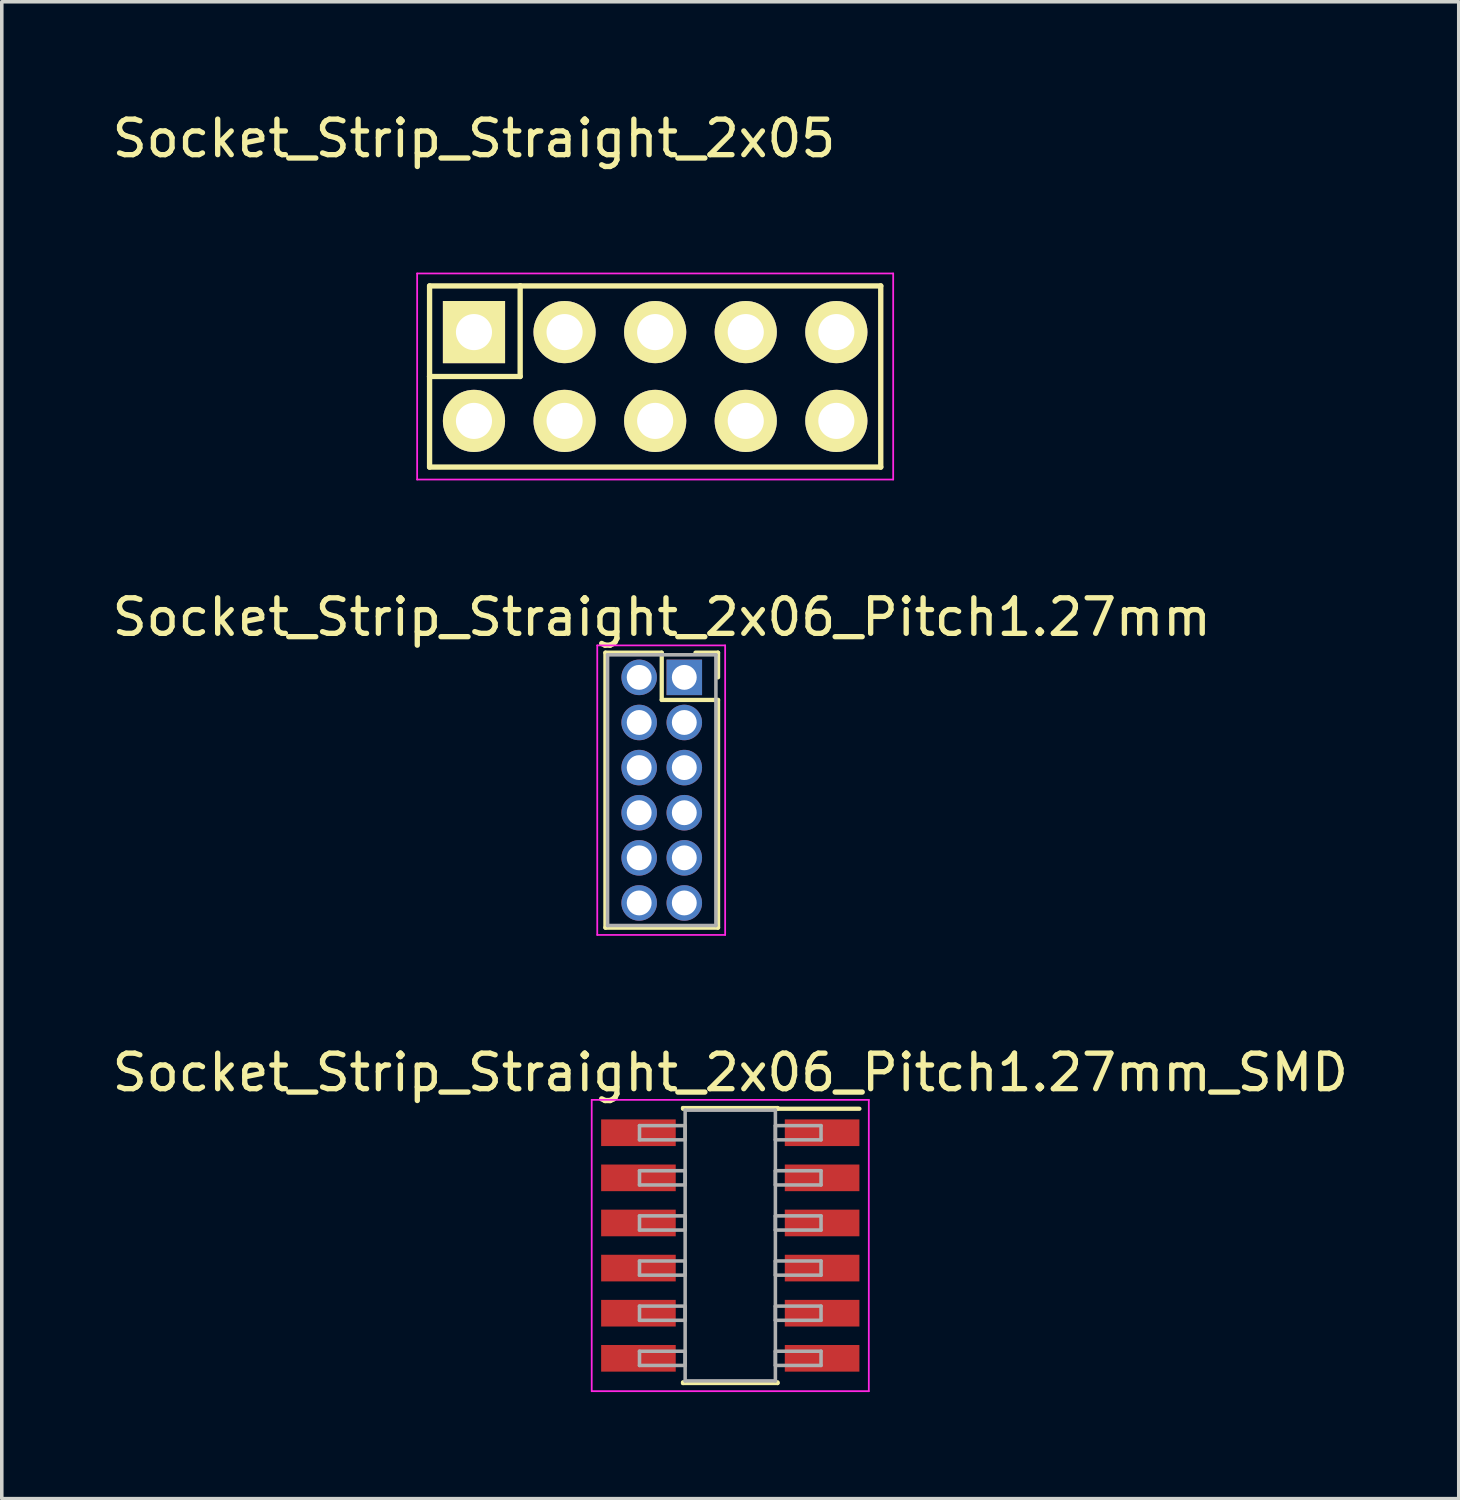
<source format=kicad_pcb>
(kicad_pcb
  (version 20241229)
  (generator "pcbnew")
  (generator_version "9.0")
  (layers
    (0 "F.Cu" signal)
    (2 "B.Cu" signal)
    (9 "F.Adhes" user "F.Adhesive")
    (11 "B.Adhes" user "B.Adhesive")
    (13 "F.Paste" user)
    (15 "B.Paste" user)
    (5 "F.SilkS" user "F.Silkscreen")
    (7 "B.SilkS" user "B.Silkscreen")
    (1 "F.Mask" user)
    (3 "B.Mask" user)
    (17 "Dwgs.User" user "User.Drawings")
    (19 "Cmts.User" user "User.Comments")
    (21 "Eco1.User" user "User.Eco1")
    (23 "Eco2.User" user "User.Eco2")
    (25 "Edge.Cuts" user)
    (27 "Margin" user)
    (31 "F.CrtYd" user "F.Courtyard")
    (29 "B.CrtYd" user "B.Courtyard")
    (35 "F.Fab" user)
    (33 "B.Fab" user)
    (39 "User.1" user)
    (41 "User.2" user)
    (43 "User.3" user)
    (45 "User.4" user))
  (footprint "Socket_Strip_Straight_2x06_Pitch1.27mm_SMD"
    (layer "F.Cu")
    (at 17.506 32.01)
    (property "Reference" "Socket_Strip_Straight_2x06_Pitch1.27mm_SMD" (at 0 -4.87 0) (layer "F.SilkS") (effects (font (size 1 1) (thickness 0.15))))
    (attr smd)
    (fp_line (start -1.33 -3.87) (end 1.33 -3.87) (stroke (width 0.12) (type solid)) (layer "F.SilkS"))
    (fp_line (start -1.33 -3.85) (end -1.33 -3.87) (stroke (width 0.12) (type solid)) (layer "F.SilkS"))
    (fp_line (start -1.33 3.85) (end -1.33 3.87) (stroke (width 0.12) (type solid)) (layer "F.SilkS"))
    (fp_line (start -1.33 3.87) (end 1.33 3.87) (stroke (width 0.12) (type solid)) (layer "F.SilkS"))
    (fp_line (start 1.33 -3.87) (end 1.33 -3.85) (stroke (width 0.12) (type solid)) (layer "F.SilkS"))
    (fp_line (start 1.33 3.87) (end 1.33 3.85) (stroke (width 0.12) (type solid)) (layer "F.SilkS"))
    (fp_line (start 3.635 -3.85) (end 1.33 -3.85) (stroke (width 0.12) (type solid)) (layer "F.SilkS"))
    (fp_line (start -3.9 -4.1) (end -3.9 4.1) (stroke (width 0.05) (type solid)) (layer "F.CrtYd"))
    (fp_line (start -3.9 4.1) (end 3.9 4.1) (stroke (width 0.05) (type solid)) (layer "F.CrtYd"))
    (fp_line (start 3.9 -4.1) (end -3.9 -4.1) (stroke (width 0.05) (type solid)) (layer "F.CrtYd"))
    (fp_line (start 3.9 4.1) (end 3.9 -4.1) (stroke (width 0.05) (type solid)) (layer "F.CrtYd"))
    (fp_line (start -2.555 -3.375) (end -1.27 -3.375) (stroke (width 0.1) (type solid)) (layer "F.Fab"))
    (fp_line (start -2.555 -2.975) (end -2.555 -3.375) (stroke (width 0.1) (type solid)) (layer "F.Fab"))
    (fp_line (start -2.555 -2.105) (end -1.27 -2.105) (stroke (width 0.1) (type solid)) (layer "F.Fab"))
    (fp_line (start -2.555 -1.705) (end -2.555 -2.105) (stroke (width 0.1) (type solid)) (layer "F.Fab"))
    (fp_line (start -2.555 -0.835) (end -1.27 -0.835) (stroke (width 0.1) (type solid)) (layer "F.Fab"))
    (fp_line (start -2.555 -0.435) (end -2.555 -0.835) (stroke (width 0.1) (type solid)) (layer "F.Fab"))
    (fp_line (start -2.555 0.435) (end -1.27 0.435) (stroke (width 0.1) (type solid)) (layer "F.Fab"))
    (fp_line (start -2.555 0.835) (end -2.555 0.435) (stroke (width 0.1) (type solid)) (layer "F.Fab"))
    (fp_line (start -2.555 1.705) (end -1.27 1.705) (stroke (width 0.1) (type solid)) (layer "F.Fab"))
    (fp_line (start -2.555 2.105) (end -2.555 1.705) (stroke (width 0.1) (type solid)) (layer "F.Fab"))
    (fp_line (start -2.555 2.975) (end -1.27 2.975) (stroke (width 0.1) (type solid)) (layer "F.Fab"))
    (fp_line (start -2.555 3.375) (end -2.555 2.975) (stroke (width 0.1) (type solid)) (layer "F.Fab"))
    (fp_line (start -1.27 -3.81) (end -1.27 3.81) (stroke (width 0.1) (type solid)) (layer "F.Fab"))
    (fp_line (start -1.27 -3.375) (end -1.27 -2.975) (stroke (width 0.1) (type solid)) (layer "F.Fab"))
    (fp_line (start -1.27 -2.975) (end -2.555 -2.975) (stroke (width 0.1) (type solid)) (layer "F.Fab"))
    (fp_line (start -1.27 -2.105) (end -1.27 -1.705) (stroke (width 0.1) (type solid)) (layer "F.Fab"))
    (fp_line (start -1.27 -1.705) (end -2.555 -1.705) (stroke (width 0.1) (type solid)) (layer "F.Fab"))
    (fp_line (start -1.27 -0.835) (end -1.27 -0.435) (stroke (width 0.1) (type solid)) (layer "F.Fab"))
    (fp_line (start -1.27 -0.435) (end -2.555 -0.435) (stroke (width 0.1) (type solid)) (layer "F.Fab"))
    (fp_line (start -1.27 0.435) (end -1.27 0.835) (stroke (width 0.1) (type solid)) (layer "F.Fab"))
    (fp_line (start -1.27 0.835) (end -2.555 0.835) (stroke (width 0.1) (type solid)) (layer "F.Fab"))
    (fp_line (start -1.27 1.705) (end -1.27 2.105) (stroke (width 0.1) (type solid)) (layer "F.Fab"))
    (fp_line (start -1.27 2.105) (end -2.555 2.105) (stroke (width 0.1) (type solid)) (layer "F.Fab"))
    (fp_line (start -1.27 2.975) (end -1.27 3.375) (stroke (width 0.1) (type solid)) (layer "F.Fab"))
    (fp_line (start -1.27 3.375) (end -2.555 3.375) (stroke (width 0.1) (type solid)) (layer "F.Fab"))
    (fp_line (start -1.27 3.81) (end 1.27 3.81) (stroke (width 0.1) (type solid)) (layer "F.Fab"))
    (fp_line (start 1.27 -3.81) (end -1.27 -3.81) (stroke (width 0.1) (type solid)) (layer "F.Fab"))
    (fp_line (start 1.27 -3.375) (end 1.27 -2.975) (stroke (width 0.1) (type solid)) (layer "F.Fab"))
    (fp_line (start 1.27 -2.975) (end 2.555 -2.975) (stroke (width 0.1) (type solid)) (layer "F.Fab"))
    (fp_line (start 1.27 -2.105) (end 1.27 -1.705) (stroke (width 0.1) (type solid)) (layer "F.Fab"))
    (fp_line (start 1.27 -1.705) (end 2.555 -1.705) (stroke (width 0.1) (type solid)) (layer "F.Fab"))
    (fp_line (start 1.27 -0.835) (end 1.27 -0.435) (stroke (width 0.1) (type solid)) (layer "F.Fab"))
    (fp_line (start 1.27 -0.435) (end 2.555 -0.435) (stroke (width 0.1) (type solid)) (layer "F.Fab"))
    (fp_line (start 1.27 0.435) (end 1.27 0.835) (stroke (width 0.1) (type solid)) (layer "F.Fab"))
    (fp_line (start 1.27 0.835) (end 2.555 0.835) (stroke (width 0.1) (type solid)) (layer "F.Fab"))
    (fp_line (start 1.27 1.705) (end 1.27 2.105) (stroke (width 0.1) (type solid)) (layer "F.Fab"))
    (fp_line (start 1.27 2.105) (end 2.555 2.105) (stroke (width 0.1) (type solid)) (layer "F.Fab"))
    (fp_line (start 1.27 2.975) (end 1.27 3.375) (stroke (width 0.1) (type solid)) (layer "F.Fab"))
    (fp_line (start 1.27 3.375) (end 2.555 3.375) (stroke (width 0.1) (type solid)) (layer "F.Fab"))
    (fp_line (start 1.27 3.81) (end 1.27 -3.81) (stroke (width 0.1) (type solid)) (layer "F.Fab"))
    (fp_line (start 2.555 -3.375) (end 1.27 -3.375) (stroke (width 0.1) (type solid)) (layer "F.Fab"))
    (fp_line (start 2.555 -2.975) (end 2.555 -3.375) (stroke (width 0.1) (type solid)) (layer "F.Fab"))
    (fp_line (start 2.555 -2.105) (end 1.27 -2.105) (stroke (width 0.1) (type solid)) (layer "F.Fab"))
    (fp_line (start 2.555 -1.705) (end 2.555 -2.105) (stroke (width 0.1) (type solid)) (layer "F.Fab"))
    (fp_line (start 2.555 -0.835) (end 1.27 -0.835) (stroke (width 0.1) (type solid)) (layer "F.Fab"))
    (fp_line (start 2.555 -0.435) (end 2.555 -0.835) (stroke (width 0.1) (type solid)) (layer "F.Fab"))
    (fp_line (start 2.555 0.435) (end 1.27 0.435) (stroke (width 0.1) (type solid)) (layer "F.Fab"))
    (fp_line (start 2.555 0.835) (end 2.555 0.435) (stroke (width 0.1) (type solid)) (layer "F.Fab"))
    (fp_line (start 2.555 1.705) (end 1.27 1.705) (stroke (width 0.1) (type solid)) (layer "F.Fab"))
    (fp_line (start 2.555 2.105) (end 2.555 1.705) (stroke (width 0.1) (type solid)) (layer "F.Fab"))
    (fp_line (start 2.555 2.975) (end 1.27 2.975) (stroke (width 0.1) (type solid)) (layer "F.Fab"))
    (fp_line (start 2.555 3.375) (end 2.555 2.975) (stroke (width 0.1) (type solid)) (layer "F.Fab"))
    (pad "1" smd rect (at 2.585 -3.175) (size 2.1 0.75) (layers "F.Cu" "F.Mask"))
    (pad "2" smd rect (at -2.585 -3.175) (size 2.1 0.75) (layers "F.Cu" "F.Mask"))
    (pad "3" smd rect (at 2.585 -1.905) (size 2.1 0.75) (layers "F.Cu" "F.Mask"))
    (pad "4" smd rect (at -2.585 -1.905) (size 2.1 0.75) (layers "F.Cu" "F.Mask"))
    (pad "5" smd rect (at 2.585 -0.635) (size 2.1 0.75) (layers "F.Cu" "F.Mask"))
    (pad "6" smd rect (at -2.585 -0.635) (size 2.1 0.75) (layers "F.Cu" "F.Mask"))
    (pad "7" smd rect (at 2.585 0.635) (size 2.1 0.75) (layers "F.Cu" "F.Mask"))
    (pad "8" smd rect (at -2.585 0.635) (size 2.1 0.75) (layers "F.Cu" "F.Mask"))
    (pad "9" smd rect (at 2.585 1.905) (size 2.1 0.75) (layers "F.Cu" "F.Mask"))
    (pad "10" smd rect (at -2.585 1.905) (size 2.1 0.75) (layers "F.Cu" "F.Mask"))
    (pad "11" smd rect (at 2.585 3.175) (size 2.1 0.75) (layers "F.Cu" "F.Mask"))
    (pad "12" smd rect (at -2.585 3.175) (size 2.1 0.75) (layers "F.Cu" "F.Mask")))
  (footprint "Socket_Strip_Straight_2x06_Pitch1.27mm"
    (layer "F.Cu")
    (at 16.212 16.017)
    (property "Reference" "Socket_Strip_Straight_2x06_Pitch1.27mm" (at -0.635 -1.695 0) (layer "F.SilkS") (effects (font (size 1 1) (thickness 0.15))))
    (attr through_hole)
    (fp_line (start -2.22 -0.695) (end -0.635 -0.695) (stroke (width 0.12) (type solid)) (layer "F.SilkS"))
    (fp_line (start -2.22 7.045) (end -2.22 -0.695) (stroke (width 0.12) (type solid)) (layer "F.SilkS"))
    (fp_line (start -0.635 -0.695) (end -0.635 0.635) (stroke (width 0.12) (type solid)) (layer "F.SilkS"))
    (fp_line (start -0.635 0.635) (end 0.95 0.635) (stroke (width 0.12) (type solid)) (layer "F.SilkS"))
    (fp_line (start 0.95 -0.695) (end 0.315 -0.695) (stroke (width 0.12) (type solid)) (layer "F.SilkS"))
    (fp_line (start 0.95 0) (end 0.95 -0.695) (stroke (width 0.12) (type solid)) (layer "F.SilkS"))
    (fp_line (start 0.95 0.635) (end 0.95 7.045) (stroke (width 0.12) (type solid)) (layer "F.SilkS"))
    (fp_line (start 0.95 7.045) (end -2.22 7.045) (stroke (width 0.12) (type solid)) (layer "F.SilkS"))
    (fp_line (start -2.45 -0.9) (end -2.45 7.25) (stroke (width 0.05) (type solid)) (layer "F.CrtYd"))
    (fp_line (start -2.45 7.25) (end 1.15 7.25) (stroke (width 0.05) (type solid)) (layer "F.CrtYd"))
    (fp_line (start 1.15 -0.9) (end -2.45 -0.9) (stroke (width 0.05) (type solid)) (layer "F.CrtYd"))
    (fp_line (start 1.15 7.25) (end 1.15 -0.9) (stroke (width 0.05) (type solid)) (layer "F.CrtYd"))
    (fp_line (start -2.16 -0.635) (end -2.16 6.985) (stroke (width 0.1) (type solid)) (layer "F.Fab"))
    (fp_line (start -2.16 6.985) (end 0.89 6.985) (stroke (width 0.1) (type solid)) (layer "F.Fab"))
    (fp_line (start 0.89 -0.635) (end -2.16 -0.635) (stroke (width 0.1) (type solid)) (layer "F.Fab"))
    (fp_line (start 0.89 6.985) (end 0.89 -0.635) (stroke (width 0.1) (type solid)) (layer "F.Fab"))
    (pad "1" thru_hole rect (at 0 0) (size 1 1) (drill 0.7) (layers "*.Cu" "*.Mask"))
    (pad "2" thru_hole oval (at -1.27 0) (size 1 1) (drill 0.7) (layers "*.Cu" "*.Mask"))
    (pad "3" thru_hole oval (at 0 1.27) (size 1 1) (drill 0.7) (layers "*.Cu" "*.Mask"))
    (pad "4" thru_hole oval (at -1.27 1.27) (size 1 1) (drill 0.7) (layers "*.Cu" "*.Mask"))
    (pad "5" thru_hole oval (at 0 2.54) (size 1 1) (drill 0.7) (layers "*.Cu" "*.Mask"))
    (pad "6" thru_hole oval (at -1.27 2.54) (size 1 1) (drill 0.7) (layers "*.Cu" "*.Mask"))
    (pad "7" thru_hole oval (at 0 3.81) (size 1 1) (drill 0.7) (layers "*.Cu" "*.Mask"))
    (pad "8" thru_hole oval (at -1.27 3.81) (size 1 1) (drill 0.7) (layers "*.Cu" "*.Mask"))
    (pad "9" thru_hole oval (at 0 5.08) (size 1 1) (drill 0.7) (layers "*.Cu" "*.Mask"))
    (pad "10" thru_hole oval (at -1.27 5.08) (size 1 1) (drill 0.7) (layers "*.Cu" "*.Mask"))
    (pad "11" thru_hole oval (at 0 6.35) (size 1 1) (drill 0.7) (layers "*.Cu" "*.Mask"))
    (pad "12" thru_hole oval (at -1.27 6.35) (size 1 1) (drill 0.7) (layers "*.Cu" "*.Mask")))
  (footprint "Socket_Strip_Straight_2x05"
    (layer "F.Cu")
    (at 10.292 6.298)
    (property "Reference" "Socket_Strip_Straight_2x05" (at 0 -5.45 0) (layer "F.SilkS") (effects (font (size 1 1) (thickness 0.15))))
    (attr through_hole)
    (fp_line (start -1.25 -1.3) (end -1.25 1.25) (stroke (width 0.15) (type solid)) (layer "F.SilkS"))
    (fp_line (start -1.25 -1.3) (end 1.3 -1.3) (stroke (width 0.15) (type solid)) (layer "F.SilkS"))
    (fp_line (start -1.25 1.25) (end 1.3 1.25) (stroke (width 0.15) (type solid)) (layer "F.SilkS"))
    (fp_line (start -1.25 3.8) (end -1.25 1.25) (stroke (width 0.15) (type solid)) (layer "F.SilkS"))
    (fp_line (start -1.25 3.8) (end 11.45 3.8) (stroke (width 0.15) (type solid)) (layer "F.SilkS"))
    (fp_line (start 1.3 1.25) (end 1.3 -1.3) (stroke (width 0.15) (type solid)) (layer "F.SilkS"))
    (fp_line (start 11.45 -1.3) (end 1.3 -1.3) (stroke (width 0.15) (type solid)) (layer "F.SilkS"))
    (fp_line (start 11.45 3.8) (end 11.45 -1.3) (stroke (width 0.15) (type solid)) (layer "F.SilkS"))
    (fp_line (start -1.6 -1.65) (end -1.6 4.15) (stroke (width 0.05) (type solid)) (layer "F.CrtYd"))
    (fp_line (start -1.6 -1.65) (end 11.8 -1.65) (stroke (width 0.05) (type solid)) (layer "F.CrtYd"))
    (fp_line (start -1.6 4.15) (end 11.8 4.15) (stroke (width 0.05) (type solid)) (layer "F.CrtYd"))
    (fp_line (start 11.8 -1.65) (end 11.8 4.15) (stroke (width 0.05) (type solid)) (layer "F.CrtYd"))
    (pad "1" thru_hole rect (at 0 0) (size 1.75 1.75) (drill 1.016) (layers "*.Cu" "*.Mask" "F.SilkS"))
    (pad "2" thru_hole oval (at 0 2.5) (size 1.75 1.75) (drill 1.016) (layers "*.Cu" "*.Mask" "F.SilkS"))
    (pad "3" thru_hole oval (at 2.55 0) (size 1.75 1.75) (drill 1.016) (layers "*.Cu" "*.Mask" "F.SilkS"))
    (pad "4" thru_hole oval (at 2.55 2.5) (size 1.75 1.75) (drill 1.016) (layers "*.Cu" "*.Mask" "F.SilkS"))
    (pad "5" thru_hole oval (at 5.1 0) (size 1.75 1.75) (drill 1.016) (layers "*.Cu" "*.Mask" "F.SilkS"))
    (pad "6" thru_hole oval (at 5.1 2.5) (size 1.75 1.75) (drill 1.016) (layers "*.Cu" "*.Mask" "F.SilkS"))
    (pad "7" thru_hole oval (at 7.65 0) (size 1.75 1.75) (drill 1.016) (layers "*.Cu" "*.Mask" "F.SilkS"))
    (pad "8" thru_hole oval (at 7.65 2.5) (size 1.75 1.75) (drill 1.016) (layers "*.Cu" "*.Mask" "F.SilkS"))
    (pad "9" thru_hole oval (at 10.2 0) (size 1.75 1.75) (drill 1.016) (layers "*.Cu" "*.Mask" "F.SilkS"))
    (pad "10" thru_hole oval (at 10.2 2.5) (size 1.75 1.75) (drill 1.016) (layers "*.Cu" "*.Mask" "F.SilkS")))
  (gr_rect
    (start -3 -3)
    (end 38.012 39.135)
    (stroke (width 0.1) (type default))
    (fill no)
    (layer "Edge.Cuts")))
</source>
